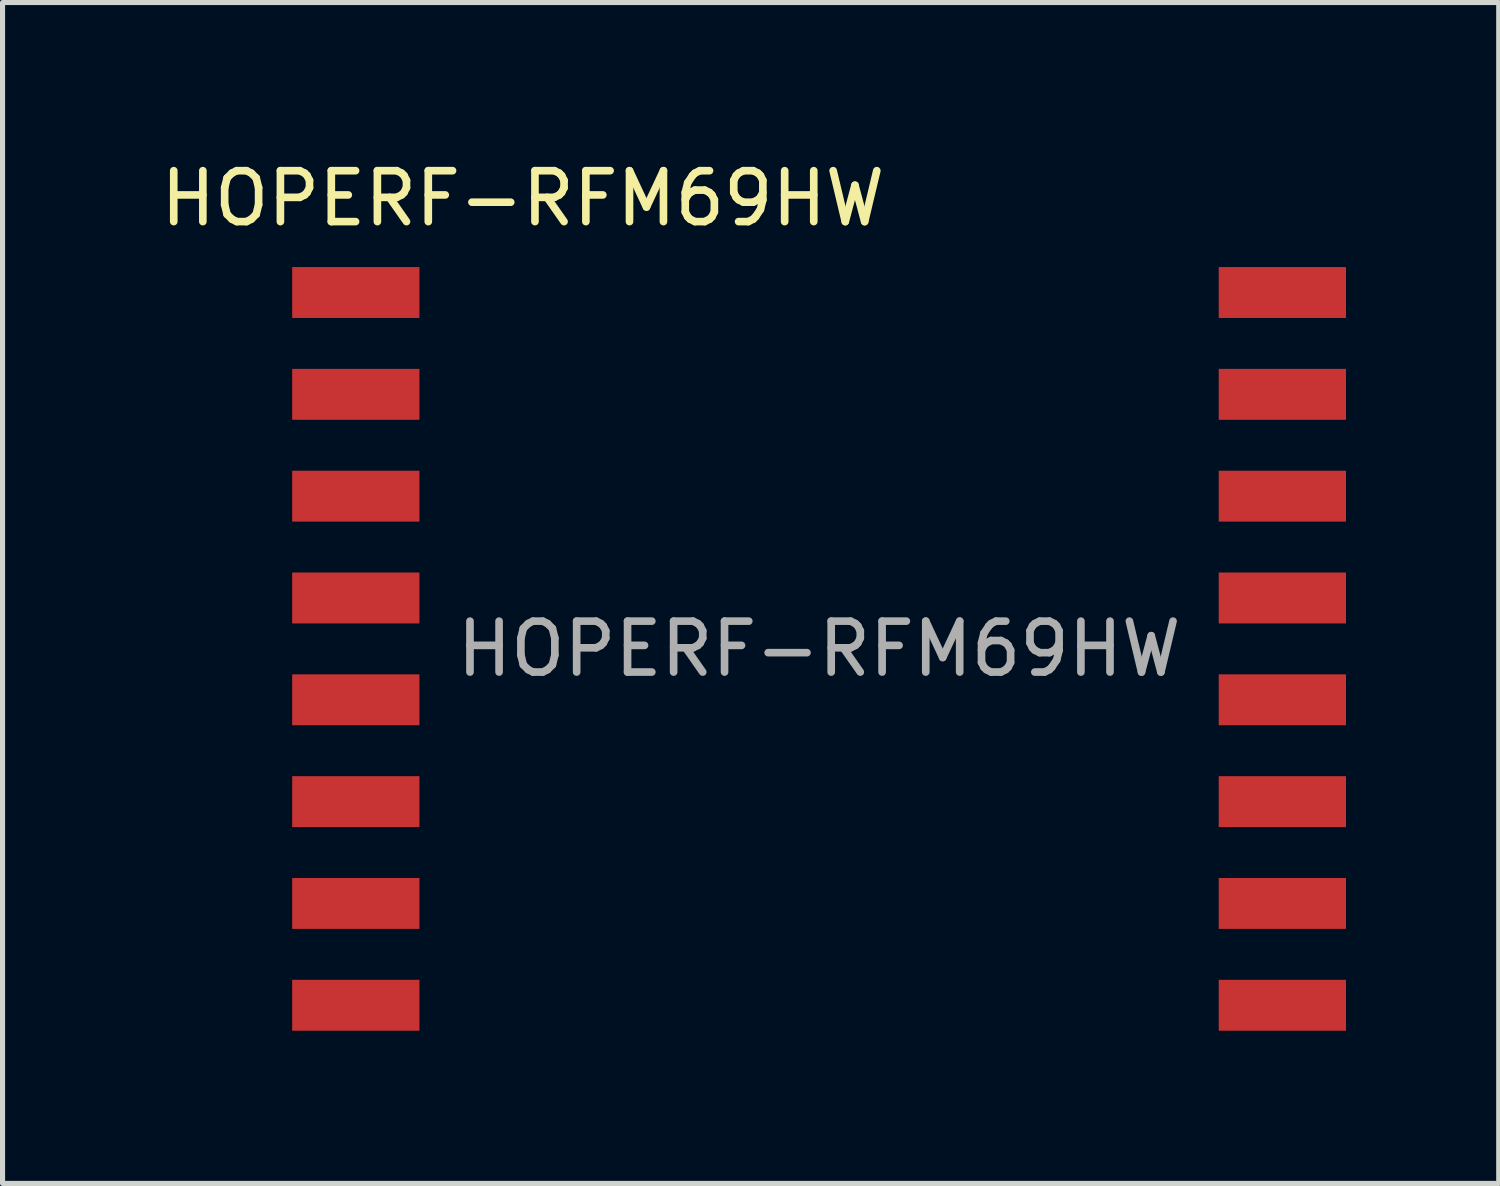
<source format=kicad_pcb>
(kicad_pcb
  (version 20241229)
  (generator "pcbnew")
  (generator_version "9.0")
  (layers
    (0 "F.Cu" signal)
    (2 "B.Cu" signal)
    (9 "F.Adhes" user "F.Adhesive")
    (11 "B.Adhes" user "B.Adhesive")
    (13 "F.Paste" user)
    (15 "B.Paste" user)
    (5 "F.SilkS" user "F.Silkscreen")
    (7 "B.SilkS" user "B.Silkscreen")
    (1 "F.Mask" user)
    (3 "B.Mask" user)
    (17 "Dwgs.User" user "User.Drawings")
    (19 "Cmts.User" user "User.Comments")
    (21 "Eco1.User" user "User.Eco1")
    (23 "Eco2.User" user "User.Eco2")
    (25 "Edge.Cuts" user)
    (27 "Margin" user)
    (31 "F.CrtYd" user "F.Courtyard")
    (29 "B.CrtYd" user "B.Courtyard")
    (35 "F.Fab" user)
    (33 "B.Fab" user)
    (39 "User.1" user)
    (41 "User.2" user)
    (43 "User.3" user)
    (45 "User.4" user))
  (footprint "HOPERF-RFM69HW"
    (layer "F.Cu")
    (at 13.039 9.696)
    (property "Reference" "HOPERF-RFM69HW" (at -5.819 -8.848 0) (layer "F.SilkS") (effects (font (size 1 1) (thickness 0.15))))
    (attr smd)
    (fp_text user "${REFERENCE}" (at 0 0 0) (layer "F.Fab") (effects (font (size 1 1) (thickness 0.15))))
    (pad "1" smd rect (at -9.1 -7) (size 2.5 1) (layers "F.Cu" "F.Mask" "F.Paste"))
    (pad "2" smd rect (at -9.1 -5) (size 2.5 1) (layers "F.Cu" "F.Mask" "F.Paste"))
    (pad "3" smd rect (at -9.1 -3) (size 2.5 1) (layers "F.Cu" "F.Mask" "F.Paste"))
    (pad "4" smd rect (at -9.1 -1) (size 2.5 1) (layers "F.Cu" "F.Mask" "F.Paste"))
    (pad "5" smd rect (at -9.1 1) (size 2.5 1) (layers "F.Cu" "F.Mask" "F.Paste"))
    (pad "6" smd rect (at -9.1 3) (size 2.5 1) (layers "F.Cu" "F.Mask" "F.Paste"))
    (pad "7" smd rect (at -9.1 5) (size 2.5 1) (layers "F.Cu" "F.Mask" "F.Paste"))
    (pad "8" smd rect (at -9.1 7) (size 2.5 1) (layers "F.Cu" "F.Mask" "F.Paste"))
    (pad "9" smd rect (at 9.1 7) (size 2.5 1) (layers "F.Cu" "F.Mask" "F.Paste"))
    (pad "10" smd rect (at 9.1 5) (size 2.5 1) (layers "F.Cu" "F.Mask" "F.Paste"))
    (pad "11" smd rect (at 9.1 3) (size 2.5 1) (layers "F.Cu" "F.Mask" "F.Paste"))
    (pad "12" smd rect (at 9.1 1) (size 2.5 1) (layers "F.Cu" "F.Mask" "F.Paste"))
    (pad "13" smd rect (at 9.1 -1) (size 2.5 1) (layers "F.Cu" "F.Mask" "F.Paste"))
    (pad "14" smd rect (at 9.1 -3) (size 2.5 1) (layers "F.Cu" "F.Mask" "F.Paste"))
    (pad "15" smd rect (at 9.1 -5) (size 2.5 1) (layers "F.Cu" "F.Mask" "F.Paste"))
    (pad "16" smd rect (at 9.1 -7) (size 2.5 1) (layers "F.Cu" "F.Mask" "F.Paste")))
  (gr_rect
    (start -3 -3)
    (end 26.389 20.196)
    (stroke (width 0.1) (type default))
    (fill no)
    (layer "Edge.Cuts")))
</source>
